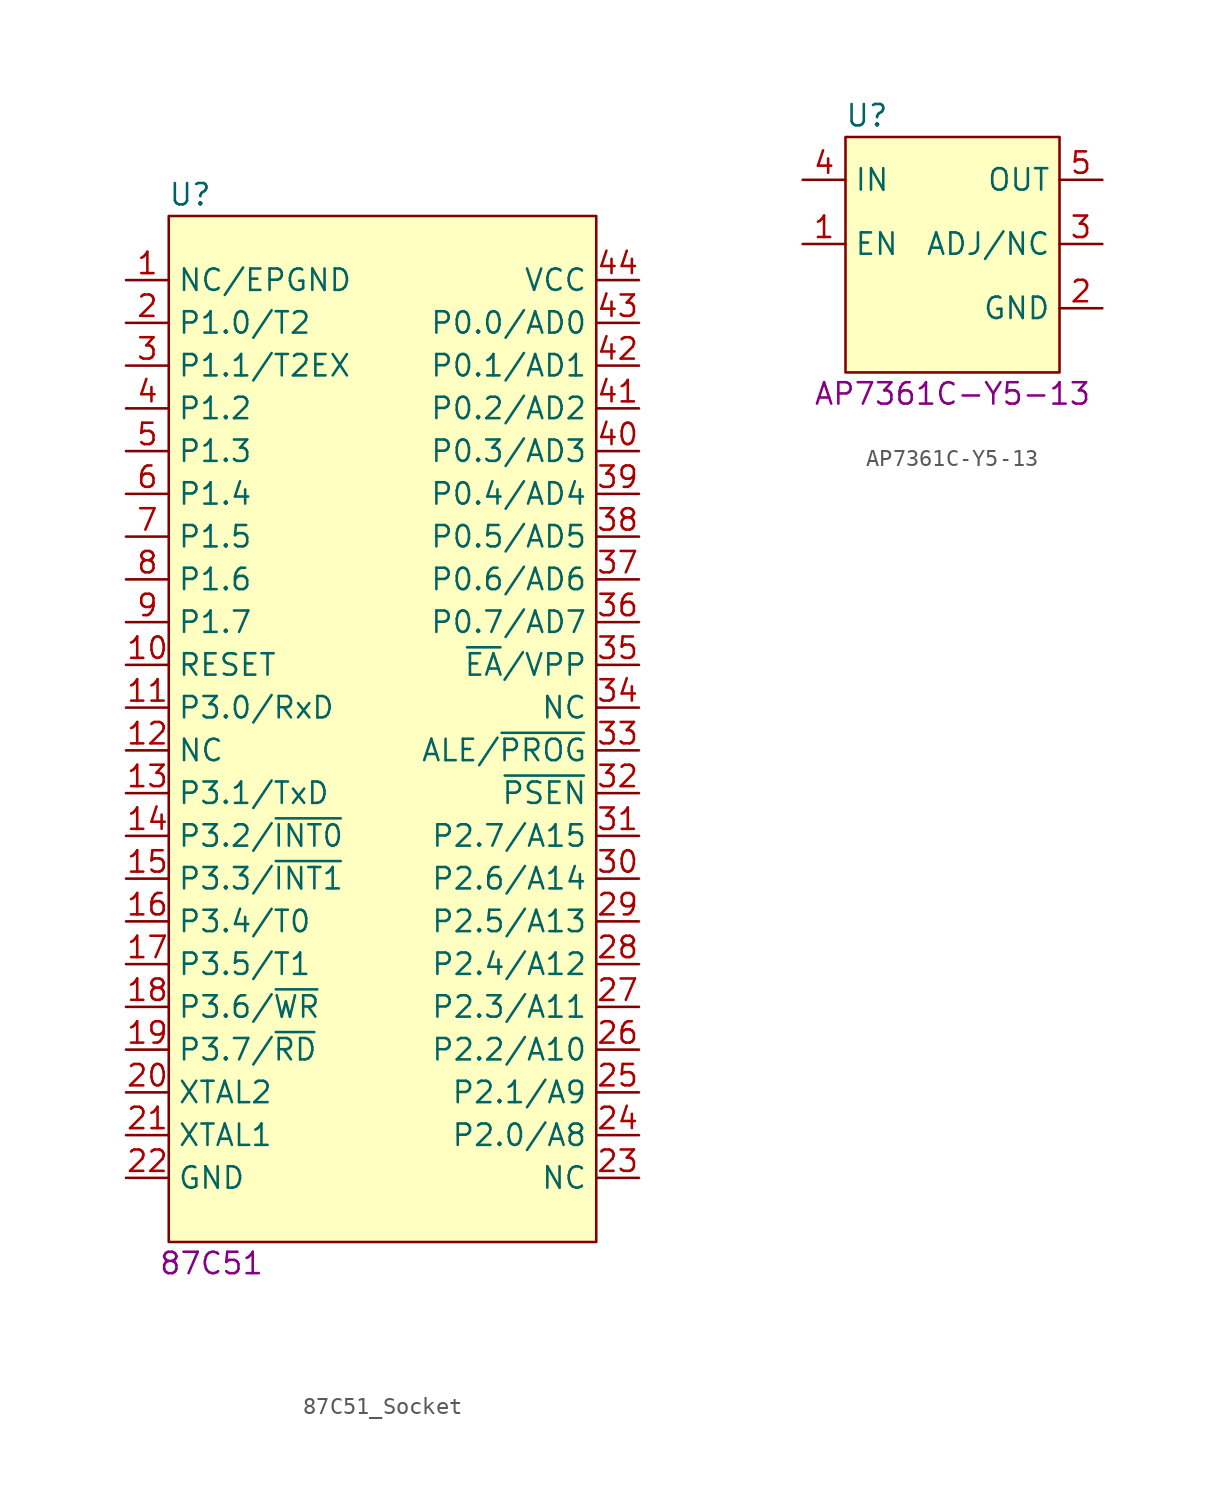
<source format=kicad_sym>
(kicad_symbol_lib
  (version 20231120)
  (generator "kicad_symbol_editor")
  (generator_version "8.0")
  (symbol "87C51_Socket"
    (property "Reference" "U"
      (at -11.43 5.08 0)
      (effects (font (size 1.27 1.27))))
    (property "Display Value" "87C51"
      (at -10.16 -58.42 0)
      (effects (font (size 1.27 1.27))))
    (symbol "87C51_Socket_1_1"
      (rectangle (start -12.7 3.81) (end 12.7 -57.15) (stroke (width 0) (type default)) (fill (type background)))
      (pin unspecified line (at -15.24 0 0) (length 2.54) (name "NC/EPGND" (effects (font (size 1.27 1.27)))) (number "1" (effects (font (size 1.27 1.27)))))
      (pin unspecified line (at -15.24 -22.86 0) (length 2.54) (name "RESET" (effects (font (size 1.27 1.27)))) (number "10" (effects (font (size 1.27 1.27)))))
      (pin unspecified line (at -15.24 -25.4 0) (length 2.54) (name "P3.0/RxD" (effects (font (size 1.27 1.27)))) (number "11" (effects (font (size 1.27 1.27)))))
      (pin unspecified line (at -15.24 -27.94 0) (length 2.54) (name "NC" (effects (font (size 1.27 1.27)))) (number "12" (effects (font (size 1.27 1.27)))))
      (pin unspecified line (at -15.24 -30.48 0) (length 2.54) (name "P3.1/TxD" (effects (font (size 1.27 1.27)))) (number "13" (effects (font (size 1.27 1.27)))))
      (pin unspecified line (at -15.24 -33.02 0) (length 2.54) (name "P3.2/~{INT0}" (effects (font (size 1.27 1.27)))) (number "14" (effects (font (size 1.27 1.27)))))
      (pin unspecified line (at -15.24 -35.56 0) (length 2.54) (name "P3.3/~{INT1}" (effects (font (size 1.27 1.27)))) (number "15" (effects (font (size 1.27 1.27)))))
      (pin unspecified line (at -15.24 -38.1 0) (length 2.54) (name "P3.4/T0" (effects (font (size 1.27 1.27)))) (number "16" (effects (font (size 1.27 1.27)))))
      (pin unspecified line (at -15.24 -40.64 0) (length 2.54) (name "P3.5/T1" (effects (font (size 1.27 1.27)))) (number "17" (effects (font (size 1.27 1.27)))))
      (pin unspecified line (at -15.24 -43.18 0) (length 2.54) (name "P3.6/~{WR}" (effects (font (size 1.27 1.27)))) (number "18" (effects (font (size 1.27 1.27)))))
      (pin unspecified line (at -15.24 -45.72 0) (length 2.54) (name "P3.7/~{RD}" (effects (font (size 1.27 1.27)))) (number "19" (effects (font (size 1.27 1.27)))))
      (pin unspecified line (at -15.24 -2.54 0) (length 2.54) (name "P1.0/T2" (effects (font (size 1.27 1.27)))) (number "2" (effects (font (size 1.27 1.27)))))
      (pin unspecified line (at -15.24 -48.26 0) (length 2.54) (name "XTAL2" (effects (font (size 1.27 1.27)))) (number "20" (effects (font (size 1.27 1.27)))))
      (pin unspecified line (at -15.24 -50.8 0) (length 2.54) (name "XTAL1" (effects (font (size 1.27 1.27)))) (number "21" (effects (font (size 1.27 1.27)))))
      (pin unspecified line (at -15.24 -53.34 0) (length 2.54) (name "GND" (effects (font (size 1.27 1.27)))) (number "22" (effects (font (size 1.27 1.27)))))
      (pin unspecified line (at 15.24 -53.34 180) (length 2.54) (name "NC" (effects (font (size 1.27 1.27)))) (number "23" (effects (font (size 1.27 1.27)))))
      (pin unspecified line (at 15.24 -50.8 180) (length 2.54) (name "P2.0/A8" (effects (font (size 1.27 1.27)))) (number "24" (effects (font (size 1.27 1.27)))))
      (pin unspecified line (at 15.24 -48.26 180) (length 2.54) (name "P2.1/A9" (effects (font (size 1.27 1.27)))) (number "25" (effects (font (size 1.27 1.27)))))
      (pin unspecified line (at 15.24 -45.72 180) (length 2.54) (name "P2.2/A10" (effects (font (size 1.27 1.27)))) (number "26" (effects (font (size 1.27 1.27)))))
      (pin unspecified line (at 15.24 -43.18 180) (length 2.54) (name "P2.3/A11" (effects (font (size 1.27 1.27)))) (number "27" (effects (font (size 1.27 1.27)))))
      (pin unspecified line (at 15.24 -40.64 180) (length 2.54) (name "P2.4/A12" (effects (font (size 1.27 1.27)))) (number "28" (effects (font (size 1.27 1.27)))))
      (pin unspecified line (at 15.24 -38.1 180) (length 2.54) (name "P2.5/A13" (effects (font (size 1.27 1.27)))) (number "29" (effects (font (size 1.27 1.27)))))
      (pin unspecified line (at -15.24 -5.08 0) (length 2.54) (name "P1.1/T2EX" (effects (font (size 1.27 1.27)))) (number "3" (effects (font (size 1.27 1.27)))))
      (pin unspecified line (at 15.24 -35.56 180) (length 2.54) (name "P2.6/A14" (effects (font (size 1.27 1.27)))) (number "30" (effects (font (size 1.27 1.27)))))
      (pin unspecified line (at 15.24 -33.02 180) (length 2.54) (name "P2.7/A15" (effects (font (size 1.27 1.27)))) (number "31" (effects (font (size 1.27 1.27)))))
      (pin unspecified line (at 15.24 -30.48 180) (length 2.54) (name "~{PSEN}" (effects (font (size 1.27 1.27)))) (number "32" (effects (font (size 1.27 1.27)))))
      (pin unspecified line (at 15.24 -27.94 180) (length 2.54) (name "ALE/~{PROG}" (effects (font (size 1.27 1.27)))) (number "33" (effects (font (size 1.27 1.27)))))
      (pin unspecified line (at 15.24 -25.4 180) (length 2.54) (name "NC" (effects (font (size 1.27 1.27)))) (number "34" (effects (font (size 1.27 1.27)))))
      (pin unspecified line (at 15.24 -22.86 180) (length 2.54) (name "~{EA}/VPP" (effects (font (size 1.27 1.27)))) (number "35" (effects (font (size 1.27 1.27)))))
      (pin unspecified line (at 15.24 -20.32 180) (length 2.54) (name "P0.7/AD7" (effects (font (size 1.27 1.27)))) (number "36" (effects (font (size 1.27 1.27)))))
      (pin unspecified line (at 15.24 -17.78 180) (length 2.54) (name "P0.6/AD6" (effects (font (size 1.27 1.27)))) (number "37" (effects (font (size 1.27 1.27)))))
      (pin unspecified line (at 15.24 -15.24 180) (length 2.54) (name "P0.5/AD5" (effects (font (size 1.27 1.27)))) (number "38" (effects (font (size 1.27 1.27)))))
      (pin unspecified line (at 15.24 -12.7 180) (length 2.54) (name "P0.4/AD4" (effects (font (size 1.27 1.27)))) (number "39" (effects (font (size 1.27 1.27)))))
      (pin unspecified line (at -15.24 -7.62 0) (length 2.54) (name "P1.2" (effects (font (size 1.27 1.27)))) (number "4" (effects (font (size 1.27 1.27)))))
      (pin unspecified line (at 15.24 -10.16 180) (length 2.54) (name "P0.3/AD3" (effects (font (size 1.27 1.27)))) (number "40" (effects (font (size 1.27 1.27)))))
      (pin unspecified line (at 15.24 -7.62 180) (length 2.54) (name "P0.2/AD2" (effects (font (size 1.27 1.27)))) (number "41" (effects (font (size 1.27 1.27)))))
      (pin unspecified line (at 15.24 -5.08 180) (length 2.54) (name "P0.1/AD1" (effects (font (size 1.27 1.27)))) (number "42" (effects (font (size 1.27 1.27)))))
      (pin unspecified line (at 15.24 -2.54 180) (length 2.54) (name "P0.0/AD0" (effects (font (size 1.27 1.27)))) (number "43" (effects (font (size 1.27 1.27)))))
      (pin unspecified line (at 15.24 0 180) (length 2.54) (name "VCC" (effects (font (size 1.27 1.27)))) (number "44" (effects (font (size 1.27 1.27)))))
      (pin unspecified line (at -15.24 -10.16 0) (length 2.54) (name "P1.3" (effects (font (size 1.27 1.27)))) (number "5" (effects (font (size 1.27 1.27)))))
      (pin unspecified line (at -15.24 -12.7 0) (length 2.54) (name "P1.4" (effects (font (size 1.27 1.27)))) (number "6" (effects (font (size 1.27 1.27)))))
      (pin unspecified line (at -15.24 -15.24 0) (length 2.54) (name "P1.5" (effects (font (size 1.27 1.27)))) (number "7" (effects (font (size 1.27 1.27)))))
      (pin unspecified line (at -15.24 -17.78 0) (length 2.54) (name "P1.6" (effects (font (size 1.27 1.27)))) (number "8" (effects (font (size 1.27 1.27)))))
      (pin unspecified line (at -15.24 -20.32 0) (length 2.54) (name "P1.7" (effects (font (size 1.27 1.27)))) (number "9" (effects (font (size 1.27 1.27)))))))
  (symbol "AP7361C-Y5-13"
    (property "Reference" "U"
      (at -5.08 3.81 0)
      (effects (font (size 1.27 1.27))))
    (property "Display Value" "AP7361C-Y5-13"
      (at 0 -12.7 0)
      (effects (font (size 1.27 1.27))))
    (symbol "AP7361C-Y5-13_1_1"
      (rectangle (start -6.35 2.54) (end 6.35 -11.43) (stroke (width 0) (type default)) (fill (type background)))
      (pin unspecified line (at -8.89 -3.81 0) (length 2.54) (name "EN" (effects (font (size 1.27 1.27)))) (number "1" (effects (font (size 1.27 1.27)))))
      (pin unspecified line (at 8.89 -7.62 180) (length 2.54) (name "GND" (effects (font (size 1.27 1.27)))) (number "2" (effects (font (size 1.27 1.27)))))
      (pin unspecified line (at 8.89 -3.81 180) (length 2.54) (name "ADJ/NC" (effects (font (size 1.27 1.27)))) (number "3" (effects (font (size 1.27 1.27)))))
      (pin unspecified line (at -8.89 0 0) (length 2.54) (name "IN" (effects (font (size 1.27 1.27)))) (number "4" (effects (font (size 1.27 1.27)))))
      (pin unspecified line (at 8.89 0 180) (length 2.54) (name "OUT" (effects (font (size 1.27 1.27)))) (number "5" (effects (font (size 1.27 1.27))))))))
</source>
